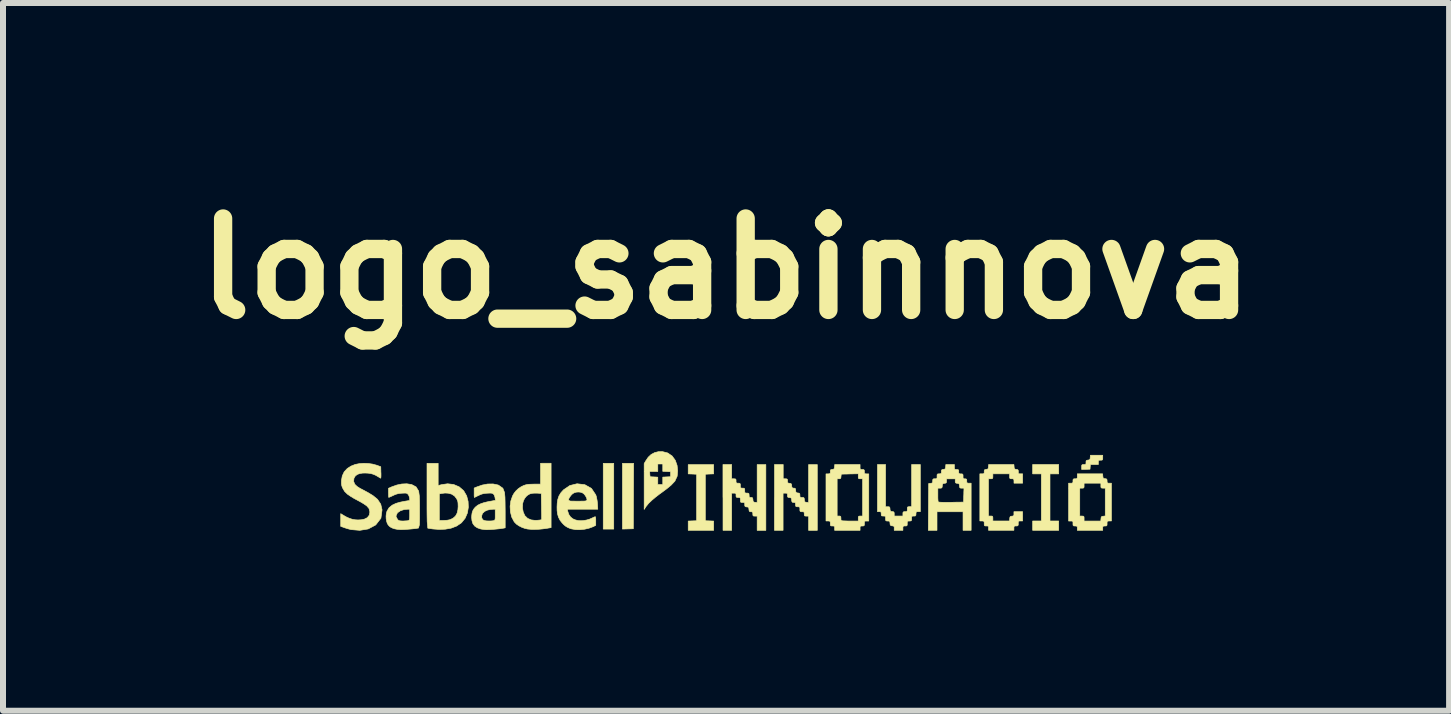
<source format=kicad_pcb>
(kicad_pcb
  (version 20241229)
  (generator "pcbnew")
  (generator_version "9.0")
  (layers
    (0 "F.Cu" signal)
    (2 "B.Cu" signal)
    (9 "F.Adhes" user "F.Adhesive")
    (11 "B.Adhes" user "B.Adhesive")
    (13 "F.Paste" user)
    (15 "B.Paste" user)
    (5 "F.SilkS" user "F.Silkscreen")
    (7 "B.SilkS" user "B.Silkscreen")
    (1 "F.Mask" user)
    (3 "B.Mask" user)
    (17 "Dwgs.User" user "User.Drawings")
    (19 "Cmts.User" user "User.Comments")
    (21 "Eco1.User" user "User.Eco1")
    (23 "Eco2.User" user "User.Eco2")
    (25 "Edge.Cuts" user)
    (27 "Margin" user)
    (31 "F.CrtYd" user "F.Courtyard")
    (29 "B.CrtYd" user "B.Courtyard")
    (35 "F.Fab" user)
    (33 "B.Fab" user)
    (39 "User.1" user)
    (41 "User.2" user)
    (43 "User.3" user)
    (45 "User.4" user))
  (footprint "logo_sabinnova"
    (layer "F.Cu")
    (at 9.05 5.132)
    (property "Reference" "logo_sabinnova" (at 0 -3.706 0) (layer "F.SilkS") (effects (font (size 1.524 1.524) (thickness 0.305))))
    (attr smd)
    (fp_poly (pts (xy -2.047 0.087) (xy -2.047 -0.023) (xy -2.047 -0.132) (xy -2.047 -0.242) (xy -2.047 -0.352) (xy -2.047 -0.461) (xy -2.03 -0.461) (xy -2.012 -0.461) (xy -1.995 -0.461) (xy -1.977 -0.461) (xy -1.96 -0.461) (xy -1.942 -0.461) (xy -1.924 -0.461) (xy -1.907 -0.461) (xy -1.889 -0.461) (xy -1.872 -0.461) (xy -1.872 -0.352) (xy -1.872 -0.242) (xy -1.872 -0.132) (xy -1.872 -0.023) (xy -1.872 0.087) (xy -1.872 0.196) (xy -1.872 0.306) (xy -1.872 0.416) (xy -1.872 0.525) (xy -1.872 0.635) (xy -1.889 0.635) (xy -1.907 0.635) (xy -1.924 0.635) (xy -1.942 0.635) (xy -1.96 0.635) (xy -1.977 0.635) (xy -1.995 0.635) (xy -2.012 0.635) (xy -2.03 0.635) (xy -2.047 0.635) (xy -2.047 0.525) (xy -2.047 0.416) (xy -2.047 0.306) (xy -2.047 0.196) (xy -2.047 0.087)) (stroke (width 0.01) (type solid)) (fill yes) (layer "F.SilkS"))
    (fp_poly (pts (xy -1.727 0.087) (xy -1.727 -0.022) (xy -1.727 -0.132) (xy -1.727 -0.242) (xy -1.727 -0.352) (xy -1.727 -0.461) (xy -1.708 -0.461) (xy -1.69 -0.461) (xy -1.671 -0.461) (xy -1.652 -0.461) (xy -1.634 -0.461) (xy -1.615 -0.461) (xy -1.596 -0.461) (xy -1.578 -0.461) (xy -1.559 -0.461) (xy -1.541 -0.461) (xy -1.541 -0.352) (xy -1.542 -0.243) (xy -1.542 -0.134) (xy -1.543 -0.025) (xy -1.543 0.084) (xy -1.544 0.193) (xy -1.544 0.302) (xy -1.545 0.411) (xy -1.545 0.521) (xy -1.546 0.63) (xy -1.564 0.63) (xy -1.582 0.631) (xy -1.6 0.631) (xy -1.618 0.632) (xy -1.636 0.632) (xy -1.654 0.633) (xy -1.673 0.633) (xy -1.691 0.634) (xy -1.709 0.634) (xy -1.727 0.635) (xy -1.727 0.525) (xy -1.727 0.416) (xy -1.727 0.306) (xy -1.727 0.196) (xy -1.727 0.087) (xy -1.727 0.087) (xy -1.727 0.087)) (stroke (width 0.01) (type solid)) (fill yes) (layer "F.SilkS"))
    (fp_poly (pts (xy 5.926 -0.399) (xy 5.926 -0.413) (xy 5.927 -0.427) (xy 5.934 -0.438) (xy 5.948 -0.44) (xy 5.962 -0.441) (xy 5.974 -0.441) (xy 5.987 -0.443) (xy 5.996 -0.451) (xy 5.998 -0.463) (xy 5.998 -0.476) (xy 5.998 -0.488) (xy 6 -0.501) (xy 6.008 -0.51) (xy 6.019 -0.513) (xy 6.032 -0.515) (xy 6.045 -0.517) (xy 6.057 -0.521) (xy 6.065 -0.531) (xy 6.067 -0.544) (xy 6.068 -0.557) (xy 6.069 -0.565) (xy 6.07 -0.573) (xy 6.07 -0.58) (xy 6.071 -0.588) (xy 6.071 -0.596) (xy 6.092 -0.596) (xy 6.113 -0.596) (xy 6.133 -0.596) (xy 6.154 -0.596) (xy 6.174 -0.596) (xy 6.195 -0.596) (xy 6.215 -0.596) (xy 6.236 -0.596) (xy 6.256 -0.596) (xy 6.277 -0.596) (xy 6.277 -0.587) (xy 6.277 -0.579) (xy 6.277 -0.571) (xy 6.277 -0.563) (xy 6.277 -0.554) (xy 6.277 -0.541) (xy 6.276 -0.527) (xy 6.268 -0.516) (xy 6.255 -0.513) (xy 6.241 -0.513) (xy 6.228 -0.513) (xy 6.215 -0.511) (xy 6.206 -0.502) (xy 6.205 -0.49) (xy 6.204 -0.477) (xy 6.204 -0.469) (xy 6.204 -0.462) (xy 6.204 -0.455) (xy 6.204 -0.448) (xy 6.204 -0.441) (xy 6.191 -0.441) (xy 6.178 -0.441) (xy 6.164 -0.441) (xy 6.151 -0.441) (xy 6.138 -0.441) (xy 6.124 -0.441) (xy 6.111 -0.441) (xy 6.098 -0.441) (xy 6.085 -0.441) (xy 6.071 -0.441) (xy 6.07 -0.433) (xy 6.07 -0.425) (xy 6.069 -0.417) (xy 6.069 -0.41) (xy 6.068 -0.402) (xy 6.067 -0.394) (xy 6.067 -0.386) (xy 6.066 -0.379) (xy 6.066 -0.371) (xy 6.065 -0.363) (xy 6.051 -0.362) (xy 6.038 -0.362) (xy 6.023 -0.361) (xy 6.01 -0.361) (xy 5.996 -0.36) (xy 5.982 -0.36) (xy 5.968 -0.359) (xy 5.954 -0.359) (xy 5.94 -0.358) (xy 5.926 -0.358) (xy 5.926 -0.366) (xy 5.926 -0.374) (xy 5.926 -0.383) (xy 5.926 -0.391) (xy 5.926 -0.399) (xy 5.926 -0.399)) (stroke (width 0.01) (type solid)) (fill yes) (layer "F.SilkS"))
    (fp_poly (pts (xy -4.984 -0.461) (xy -4.779 0.491) (xy -4.779 0.446) (xy -4.779 0.402) (xy -4.779 0.358) (xy -4.779 0.314) (xy -4.779 0.269) (xy -4.779 0.225) (xy -4.779 0.181) (xy -4.779 0.137) (xy -4.779 0.093) (xy -4.779 0.048) (xy -4.773 0.047) (xy -4.766 0.046) (xy -4.76 0.045) (xy -4.754 0.044) (xy -4.747 0.042) (xy -4.689 0.035) (xy -4.689 0.034) (xy -4.631 0.037) (xy -4.575 0.052) (xy -4.526 0.083) (xy -4.49 0.129) (xy -4.479 0.153) (xy -4.47 0.178) (xy -4.467 0.204) (xy -4.466 0.231) (xy -4.465 0.257) (xy -4.469 0.314) (xy -4.482 0.369) (xy -4.509 0.418) (xy -4.551 0.455) (xy -4.603 0.479) (xy -4.623 0.483) (xy -4.645 0.487) (xy -4.666 0.489) (xy -4.687 0.49) (xy -4.708 0.491) (xy -4.723 0.491) (xy -4.737 0.491) (xy -4.751 0.491) (xy -4.765 0.491) (xy -4.779 0.491) (xy -4.984 -0.461) (xy -4.984 -0.354) (xy -4.984 -0.246) (xy -4.984 -0.138) (xy -4.984 -0.031) (xy -4.984 0.077) (xy -4.984 0.186) (xy -4.984 0.294) (xy -4.983 0.403) (xy -4.981 0.512) (xy -4.971 0.62) (xy -4.952 0.623) (xy -4.933 0.626) (xy -4.914 0.629) (xy -4.895 0.632) (xy -4.876 0.634) (xy -4.778 0.641) (xy -4.68 0.637) (xy -4.583 0.62) (xy -4.491 0.585) (xy -4.41 0.53) (xy -4.349 0.455) (xy -4.311 0.367) (xy -4.295 0.272) (xy -4.299 0.175) (xy -4.323 0.082) (xy -4.373 -0.004) (xy -4.448 -0.069) (xy -4.54 -0.108) (xy -4.64 -0.12) (xy -4.739 -0.106) (xy -4.75 -0.103) (xy -4.762 -0.1) (xy -4.774 -0.097) (xy -4.786 -0.094) (xy -4.798 -0.091) (xy -4.798 -0.128) (xy -4.798 -0.165) (xy -4.798 -0.202) (xy -4.798 -0.239) (xy -4.798 -0.276) (xy -4.798 -0.313) (xy -4.798 -0.35) (xy -4.798 -0.387) (xy -4.798 -0.424) (xy -4.798 -0.461) (xy -4.817 -0.461) (xy -4.835 -0.461) (xy -4.854 -0.461) (xy -4.873 -0.461) (xy -4.891 -0.461) (xy -4.91 -0.461) (xy -4.929 -0.461) (xy -4.947 -0.461) (xy -4.966 -0.461) (xy -4.984 -0.461)) (stroke (width 0.01) (type solid)) (fill yes) (layer "F.SilkS"))
    (fp_poly (pts (xy -6.246 0.644) (xy -6.268 0.639) (xy -6.291 0.633) (xy -6.313 0.627) (xy -6.335 0.62) (xy -6.357 0.613) (xy -6.37 0.608) (xy -6.383 0.603) (xy -6.396 0.599) (xy -6.409 0.594) (xy -6.422 0.59) (xy -6.422 0.569) (xy -6.422 0.547) (xy -6.422 0.526) (xy -6.422 0.505) (xy -6.422 0.484) (xy -6.422 0.463) (xy -6.422 0.441) (xy -6.422 0.42) (xy -6.422 0.399) (xy -6.422 0.378) (xy -6.41 0.385) (xy -6.399 0.392) (xy -6.387 0.399) (xy -6.375 0.406) (xy -6.364 0.413) (xy -6.321 0.437) (xy -6.277 0.456) (xy -6.231 0.471) (xy -6.183 0.48) (xy -6.134 0.483) (xy -6.08 0.48) (xy -6.027 0.469) (xy -5.979 0.445) (xy -5.946 0.403) (xy -5.936 0.35) (xy -5.95 0.293) (xy -5.989 0.248) (xy -6.038 0.214) (xy -6.089 0.184) (xy -6.142 0.155) (xy -6.2 0.124) (xy -6.256 0.09) (xy -6.31 0.053) (xy -6.357 0.007) (xy -6.39 -0.049) (xy -6.4 -0.074) (xy -6.407 -0.099) (xy -6.41 -0.125) (xy -6.41 -0.152) (xy -6.409 -0.178) (xy -6.396 -0.251) (xy -6.364 -0.319) (xy -6.313 -0.374) (xy -6.251 -0.414) (xy -6.181 -0.442) (xy -6.11 -0.456) (xy -6.037 -0.461) (xy -5.964 -0.458) (xy -5.892 -0.448) (xy -5.822 -0.429) (xy -5.808 -0.424) (xy -5.795 -0.419) (xy -5.782 -0.414) (xy -5.768 -0.409) (xy -5.755 -0.404) (xy -5.754 -0.385) (xy -5.754 -0.366) (xy -5.753 -0.347) (xy -5.753 -0.328) (xy -5.752 -0.308) (xy -5.751 -0.289) (xy -5.751 -0.27) (xy -5.751 -0.251) (xy -5.752 -0.232) (xy -5.755 -0.213) (xy -5.764 -0.217) (xy -5.773 -0.222) (xy -5.782 -0.227) (xy -5.79 -0.233) (xy -5.799 -0.238) (xy -5.838 -0.261) (xy -5.88 -0.279) (xy -5.923 -0.291) (xy -5.968 -0.297) (xy -6.013 -0.299) (xy -6.058 -0.298) (xy -6.101 -0.291) (xy -6.143 -0.277) (xy -6.178 -0.251) (xy -6.201 -0.213) (xy -6.207 -0.16) (xy -6.187 -0.111) (xy -6.148 -0.074) (xy -6.103 -0.045) (xy -6.055 -0.02) (xy -5.969 0.026) (xy -5.885 0.077) (xy -5.809 0.139) (xy -5.755 0.22) (xy -5.733 0.315) (xy -5.752 0.454) (xy -5.839 0.566) (xy -5.964 0.633) (xy -6.104 0.656) (xy -6.246 0.644) (xy -6.246 0.644) (xy -6.246 0.644)) (stroke (width 0.01) (type solid)) (fill yes) (layer "F.SilkS"))
    (fp_poly (pts (xy -3.092 -0.461) (xy -3.08 0.04) (xy -3.079 0.084) (xy -3.078 0.128) (xy -3.078 0.172) (xy -3.077 0.215) (xy -3.076 0.259) (xy -3.076 0.303) (xy -3.075 0.346) (xy -3.074 0.39) (xy -3.074 0.434) (xy -3.073 0.477) (xy -3.077 0.479) (xy -3.082 0.48) (xy -3.087 0.481) (xy -3.092 0.482) (xy -3.096 0.483) (xy -3.097 0.483) (xy -3.114 0.486) (xy -3.131 0.487) (xy -3.149 0.489) (xy -3.166 0.489) (xy -3.183 0.49) (xy -3.248 0.482) (xy -3.307 0.457) (xy -3.353 0.412) (xy -3.38 0.353) (xy -3.392 0.29) (xy -3.393 0.248) (xy -3.389 0.207) (xy -3.378 0.167) (xy -3.36 0.129) (xy -3.336 0.096) (xy -3.306 0.069) (xy -3.271 0.049) (xy -3.232 0.039) (xy -3.192 0.036) (xy -3.193 0.036) (xy -3.152 0.036) (xy -3.138 0.037) (xy -3.123 0.038) (xy -3.109 0.039) (xy -3.094 0.04) (xy -3.08 0.04) (xy -3.092 -0.461) (xy -3.092 -0.426) (xy -3.092 -0.392) (xy -3.092 -0.357) (xy -3.092 -0.322) (xy -3.092 -0.288) (xy -3.092 -0.253) (xy -3.092 -0.218) (xy -3.092 -0.183) (xy -3.092 -0.149) (xy -3.092 -0.114) (xy -3.114 -0.114) (xy -3.136 -0.114) (xy -3.158 -0.114) (xy -3.181 -0.114) (xy -3.203 -0.114) (xy -3.238 -0.113) (xy -3.272 -0.112) (xy -3.306 -0.109) (xy -3.34 -0.102) (xy -3.373 -0.091) (xy -3.419 -0.068) (xy -3.463 -0.038) (xy -3.501 -0.002) (xy -3.533 0.038) (xy -3.559 0.084) (xy -3.588 0.169) (xy -3.599 0.258) (xy -3.594 0.348) (xy -3.572 0.436) (xy -3.53 0.515) (xy -3.494 0.552) (xy -3.452 0.581) (xy -3.407 0.604) (xy -3.359 0.622) (xy -3.309 0.634) (xy -3.245 0.64) (xy -3.181 0.64) (xy -3.117 0.638) (xy -3.054 0.632) (xy -2.99 0.623) (xy -2.975 0.621) (xy -2.961 0.618) (xy -2.946 0.616) (xy -2.931 0.613) (xy -2.916 0.611) (xy -2.916 0.503) (xy -2.916 0.396) (xy -2.916 0.289) (xy -2.916 0.182) (xy -2.916 0.075) (xy -2.916 -0.033) (xy -2.916 -0.14) (xy -2.916 -0.247) (xy -2.916 -0.355) (xy -2.916 -0.462) (xy -2.934 -0.462) (xy -2.951 -0.462) (xy -2.969 -0.462) (xy -2.986 -0.462) (xy -3.004 -0.462) (xy -3.022 -0.462) (xy -3.039 -0.462) (xy -3.057 -0.462) (xy -3.074 -0.462) (xy -3.092 -0.461)) (stroke (width 0.01) (type solid)) (fill yes) (layer "F.SilkS"))
    (fp_poly (pts (xy -2.481 -0.121) (xy -2.605 -0.09) (xy -2.427 0.02) (xy -2.396 0.03) (xy -2.371 0.047) (xy -2.351 0.07) (xy -2.335 0.095) (xy -2.322 0.123) (xy -2.317 0.152) (xy -2.342 0.167) (xy -2.374 0.169) (xy -2.407 0.169) (xy -2.439 0.17) (xy -2.472 0.17) (xy -2.504 0.17) (xy -2.537 0.169) (xy -2.57 0.169) (xy -2.603 0.167) (xy -2.627 0.15) (xy -2.619 0.125) (xy -2.606 0.102) (xy -2.59 0.08) (xy -2.573 0.06) (xy -2.553 0.043) (xy -2.524 0.027) (xy -2.492 0.019) (xy -2.46 0.017) (xy -2.46 0.017) (xy -2.427 0.02) (xy -2.605 -0.09) (xy -2.71 -0.018) (xy -2.752 0.029) (xy -2.785 0.083) (xy -2.805 0.143) (xy -2.814 0.205) (xy -2.817 0.268) (xy -2.816 0.325) (xy -2.809 0.382) (xy -2.793 0.437) (xy -2.767 0.488) (xy -2.731 0.534) (xy -2.706 0.56) (xy -2.678 0.584) (xy -2.648 0.603) (xy -2.614 0.619) (xy -2.58 0.631) (xy -2.506 0.644) (xy -2.431 0.645) (xy -2.356 0.637) (xy -2.283 0.62) (xy -2.213 0.594) (xy -2.204 0.589) (xy -2.196 0.585) (xy -2.188 0.581) (xy -2.18 0.577) (xy -2.172 0.572) (xy -2.172 0.558) (xy -2.172 0.544) (xy -2.172 0.529) (xy -2.172 0.515) (xy -2.172 0.5) (xy -2.172 0.485) (xy -2.172 0.471) (xy -2.173 0.456) (xy -2.175 0.442) (xy -2.179 0.428) (xy -2.191 0.432) (xy -2.203 0.437) (xy -2.215 0.443) (xy -2.227 0.448) (xy -2.239 0.454) (xy -2.281 0.472) (xy -2.325 0.484) (xy -2.37 0.492) (xy -2.416 0.496) (xy -2.461 0.494) (xy -2.509 0.483) (xy -2.554 0.464) (xy -2.592 0.433) (xy -2.62 0.393) (xy -2.636 0.347) (xy -2.638 0.338) (xy -2.64 0.33) (xy -2.642 0.321) (xy -2.644 0.313) (xy -2.646 0.304) (xy -2.595 0.304) (xy -2.544 0.304) (xy -2.493 0.304) (xy -2.443 0.304) (xy -2.392 0.304) (xy -2.341 0.304) (xy -2.29 0.304) (xy -2.239 0.304) (xy -2.189 0.304) (xy -2.138 0.304) (xy -2.139 0.286) (xy -2.14 0.268) (xy -2.141 0.25) (xy -2.142 0.232) (xy -2.143 0.214) (xy -2.146 0.183) (xy -2.15 0.153) (xy -2.156 0.123) (xy -2.162 0.093) (xy -2.172 0.064) (xy -2.243 -0.042) (xy -2.354 -0.105) (xy -2.481 -0.12) (xy -2.481 -0.121)) (stroke (width 0.01) (type solid)) (fill yes) (layer "F.SilkS"))
    (fp_poly (pts (xy -5.322 -0.12) (xy -5.406 -0.116) (xy -5.487 -0.099) (xy -5.566 -0.071) (xy -5.578 -0.066) (xy -5.59 -0.061) (xy -5.602 -0.055) (xy -5.614 -0.05) (xy -5.626 -0.045) (xy -5.626 -0.029) (xy -5.626 -0.014) (xy -5.626 0.001) (xy -5.626 0.016) (xy -5.626 0.031) (xy -5.625 0.047) (xy -5.625 0.062) (xy -5.625 0.077) (xy -5.624 0.093) (xy -5.621 0.108) (xy -5.606 0.101) (xy -5.591 0.095) (xy -5.576 0.088) (xy -5.561 0.081) (xy -5.546 0.074) (xy -5.518 0.061) (xy -5.489 0.051) (xy -5.459 0.043) (xy -5.428 0.039) (xy -5.397 0.037) (xy -5.375 0.036) (xy -5.353 0.035) (xy -5.331 0.036) (xy -5.311 0.045) (xy -5.296 0.061) (xy -5.286 0.079) (xy -5.279 0.099) (xy -5.274 0.12) (xy -5.272 0.14) (xy -5.304 0.304) (xy -5.298 0.304) (xy -5.291 0.304) (xy -5.286 0.304) (xy -5.28 0.304) (xy -5.273 0.304) (xy -5.273 0.322) (xy -5.273 0.341) (xy -5.273 0.359) (xy -5.273 0.377) (xy -5.273 0.396) (xy -5.273 0.418) (xy -5.274 0.439) (xy -5.275 0.461) (xy -5.279 0.482) (xy -5.296 0.494) (xy -5.296 0.494) (xy -5.314 0.497) (xy -5.332 0.498) (xy -5.349 0.499) (xy -5.367 0.5) (xy -5.385 0.501) (xy -5.404 0.5) (xy -5.424 0.499) (xy -5.443 0.496) (xy -5.461 0.488) (xy -5.475 0.475) (xy -5.502 0.42) (xy -5.477 0.364) (xy -5.426 0.329) (xy -5.366 0.31) (xy -5.304 0.304) (xy -5.304 0.304) (xy -5.272 0.14) (xy -5.277 0.159) (xy -5.296 0.162) (xy -5.315 0.165) (xy -5.333 0.168) (xy -5.352 0.171) (xy -5.37 0.174) (xy -5.437 0.188) (xy -5.502 0.207) (xy -5.563 0.236) (xy -5.616 0.279) (xy -5.651 0.337) (xy -5.662 0.376) (xy -5.666 0.417) (xy -5.665 0.459) (xy -5.659 0.499) (xy -5.647 0.538) (xy -5.631 0.566) (xy -5.609 0.59) (xy -5.583 0.608) (xy -5.554 0.621) (xy -5.523 0.631) (xy -5.502 0.635) (xy -5.481 0.639) (xy -5.46 0.641) (xy -5.438 0.643) (xy -5.417 0.644) (xy -5.358 0.642) (xy -5.3 0.638) (xy -5.242 0.633) (xy -5.184 0.627) (xy -5.126 0.618) (xy -5.111 0.565) (xy -5.109 0.507) (xy -5.108 0.449) (xy -5.108 0.392) (xy -5.108 0.334) (xy -5.108 0.25) (xy -5.109 0.167) (xy -5.112 0.084) (xy -5.123 0.002) (xy -5.166 -0.068) (xy -5.239 -0.107) (xy -5.321 -0.12) (xy -5.322 -0.12)) (stroke (width 0.01) (type solid)) (fill yes) (layer "F.SilkS"))
    (fp_poly (pts (xy 5.109 0.578) (xy 5.109 0.563) (xy 5.109 0.547) (xy 5.109 0.532) (xy 5.109 0.516) (xy 5.109 0.5) (xy 5.123 0.5) (xy 5.138 0.5) (xy 5.152 0.5) (xy 5.167 0.5) (xy 5.181 0.5) (xy 5.196 0.5) (xy 5.21 0.5) (xy 5.225 0.5) (xy 5.239 0.5) (xy 5.254 0.5) (xy 5.254 0.422) (xy 5.254 0.343) (xy 5.254 0.265) (xy 5.254 0.186) (xy 5.254 0.108) (xy 5.254 0.029) (xy 5.254 -0.05) (xy 5.254 -0.128) (xy 5.254 -0.207) (xy 5.254 -0.285) (xy 5.239 -0.285) (xy 5.225 -0.285) (xy 5.21 -0.285) (xy 5.196 -0.285) (xy 5.181 -0.285) (xy 5.167 -0.285) (xy 5.152 -0.285) (xy 5.138 -0.285) (xy 5.123 -0.285) (xy 5.109 -0.285) (xy 5.109 -0.301) (xy 5.109 -0.316) (xy 5.109 -0.332) (xy 5.109 -0.347) (xy 5.109 -0.363) (xy 5.109 -0.379) (xy 5.109 -0.394) (xy 5.109 -0.41) (xy 5.109 -0.425) (xy 5.109 -0.441) (xy 5.152 -0.441) (xy 5.196 -0.441) (xy 5.239 -0.441) (xy 5.282 -0.441) (xy 5.326 -0.441) (xy 5.369 -0.441) (xy 5.413 -0.441) (xy 5.456 -0.441) (xy 5.499 -0.441) (xy 5.543 -0.441) (xy 5.543 -0.425) (xy 5.543 -0.41) (xy 5.543 -0.394) (xy 5.543 -0.379) (xy 5.543 -0.363) (xy 5.543 -0.347) (xy 5.543 -0.332) (xy 5.543 -0.316) (xy 5.543 -0.301) (xy 5.543 -0.285) (xy 5.529 -0.285) (xy 5.514 -0.285) (xy 5.5 -0.285) (xy 5.485 -0.285) (xy 5.471 -0.285) (xy 5.456 -0.285) (xy 5.442 -0.285) (xy 5.427 -0.285) (xy 5.413 -0.285) (xy 5.398 -0.285) (xy 5.398 -0.207) (xy 5.398 -0.128) (xy 5.398 -0.05) (xy 5.398 0.029) (xy 5.398 0.108) (xy 5.398 0.186) (xy 5.398 0.265) (xy 5.398 0.343) (xy 5.398 0.422) (xy 5.398 0.5) (xy 5.413 0.5) (xy 5.427 0.5) (xy 5.442 0.5) (xy 5.456 0.5) (xy 5.471 0.5) (xy 5.485 0.5) (xy 5.5 0.5) (xy 5.514 0.5) (xy 5.529 0.5) (xy 5.543 0.5) (xy 5.543 0.516) (xy 5.543 0.531) (xy 5.543 0.547) (xy 5.543 0.563) (xy 5.543 0.578) (xy 5.543 0.594) (xy 5.543 0.609) (xy 5.543 0.625) (xy 5.543 0.64) (xy 5.543 0.656) (xy 5.5 0.656) (xy 5.456 0.656) (xy 5.413 0.656) (xy 5.37 0.656) (xy 5.326 0.656) (xy 5.282 0.656) (xy 5.239 0.656) (xy 5.196 0.656) (xy 5.152 0.656) (xy 5.109 0.656) (xy 5.109 0.64) (xy 5.109 0.625) (xy 5.109 0.609) (xy 5.109 0.594) (xy 5.109 0.578)) (stroke (width 0.01) (type solid)) (fill yes) (layer "F.SilkS"))
    (fp_poly (pts (xy -0.631 0.579) (xy -0.631 0.563) (xy -0.631 0.548) (xy -0.631 0.532) (xy -0.631 0.517) (xy -0.631 0.501) (xy -0.617 0.501) (xy -0.603 0.5) (xy -0.589 0.5) (xy -0.575 0.499) (xy -0.561 0.499) (xy -0.547 0.498) (xy -0.533 0.498) (xy -0.519 0.497) (xy -0.505 0.497) (xy -0.491 0.496) (xy -0.491 0.419) (xy -0.491 0.341) (xy -0.491 0.264) (xy -0.491 0.186) (xy -0.491 0.108) (xy -0.491 0.031) (xy -0.491 -0.047) (xy -0.491 -0.124) (xy -0.491 -0.202) (xy -0.491 -0.279) (xy -0.505 -0.28) (xy -0.519 -0.28) (xy -0.533 -0.281) (xy -0.547 -0.282) (xy -0.561 -0.282) (xy -0.575 -0.283) (xy -0.589 -0.283) (xy -0.603 -0.284) (xy -0.617 -0.284) (xy -0.631 -0.285) (xy -0.631 -0.3) (xy -0.631 -0.315) (xy -0.631 -0.331) (xy -0.631 -0.346) (xy -0.631 -0.362) (xy -0.631 -0.377) (xy -0.631 -0.393) (xy -0.631 -0.408) (xy -0.631 -0.423) (xy -0.631 -0.439) (xy -0.588 -0.439) (xy -0.546 -0.439) (xy -0.504 -0.439) (xy -0.461 -0.439) (xy -0.419 -0.439) (xy -0.376 -0.439) (xy -0.334 -0.439) (xy -0.292 -0.439) (xy -0.249 -0.439) (xy -0.207 -0.439) (xy -0.207 -0.423) (xy -0.207 -0.408) (xy -0.207 -0.393) (xy -0.207 -0.377) (xy -0.207 -0.362) (xy -0.207 -0.346) (xy -0.207 -0.331) (xy -0.207 -0.316) (xy -0.207 -0.3) (xy -0.207 -0.285) (xy -0.221 -0.284) (xy -0.235 -0.284) (xy -0.249 -0.283) (xy -0.263 -0.283) (xy -0.276 -0.282) (xy -0.29 -0.282) (xy -0.304 -0.281) (xy -0.318 -0.28) (xy -0.332 -0.28) (xy -0.346 -0.279) (xy -0.346 -0.202) (xy -0.346 -0.124) (xy -0.346 -0.047) (xy -0.346 0.031) (xy -0.346 0.108) (xy -0.346 0.186) (xy -0.346 0.263) (xy -0.346 0.341) (xy -0.346 0.419) (xy -0.346 0.496) (xy -0.332 0.497) (xy -0.318 0.497) (xy -0.304 0.498) (xy -0.29 0.498) (xy -0.276 0.499) (xy -0.263 0.499) (xy -0.249 0.5) (xy -0.235 0.5) (xy -0.221 0.501) (xy -0.207 0.501) (xy -0.207 0.517) (xy -0.207 0.532) (xy -0.207 0.548) (xy -0.207 0.563) (xy -0.207 0.579) (xy -0.207 0.594) (xy -0.207 0.609) (xy -0.207 0.625) (xy -0.207 0.64) (xy -0.207 0.656) (xy -0.249 0.656) (xy -0.291 0.656) (xy -0.334 0.656) (xy -0.376 0.656) (xy -0.419 0.656) (xy -0.461 0.656) (xy -0.503 0.656) (xy -0.546 0.656) (xy -0.588 0.656) (xy -0.631 0.656) (xy -0.631 0.64) (xy -0.631 0.625) (xy -0.631 0.609) (xy -0.631 0.594) (xy -0.631 0.579) (xy -0.631 0.579)) (stroke (width 0.01) (type solid)) (fill yes) (layer "F.SilkS"))
    (fp_poly (pts (xy -3.882 -0.117) (xy -3.974 -0.116) (xy -4.063 -0.099) (xy -4.149 -0.069) (xy -4.159 -0.065) (xy -4.169 -0.061) (xy -4.179 -0.057) (xy -4.189 -0.053) (xy -4.198 -0.048) (xy -4.198 -0.033) (xy -4.198 -0.017) (xy -4.198 -0.001) (xy -4.198 0.014) (xy -4.198 0.03) (xy -4.198 0.045) (xy -4.198 0.061) (xy -4.198 0.077) (xy -4.197 0.092) (xy -4.195 0.108) (xy -4.181 0.102) (xy -4.167 0.095) (xy -4.153 0.088) (xy -4.139 0.081) (xy -4.125 0.075) (xy -4.097 0.061) (xy -4.068 0.051) (xy -4.038 0.043) (xy -4.007 0.039) (xy -3.976 0.037) (xy -3.955 0.036) (xy -3.933 0.035) (xy -3.912 0.036) (xy -3.891 0.041) (xy -3.874 0.054) (xy -3.866 0.065) (xy -3.861 0.077) (xy -3.856 0.089) (xy -3.852 0.102) (xy -3.85 0.116) (xy -3.849 0.124) (xy -3.847 0.132) (xy -3.846 0.14) (xy -3.845 0.148) (xy -3.844 0.156) (xy -3.877 0.304) (xy -3.871 0.304) (xy -3.865 0.304) (xy -3.859 0.304) (xy -3.853 0.304) (xy -3.847 0.304) (xy -3.847 0.322) (xy -3.847 0.341) (xy -3.847 0.359) (xy -3.847 0.378) (xy -3.847 0.396) (xy -3.847 0.418) (xy -3.847 0.44) (xy -3.848 0.461) (xy -3.853 0.482) (xy -3.87 0.494) (xy -3.87 0.494) (xy -3.888 0.497) (xy -3.907 0.499) (xy -3.925 0.5) (xy -3.943 0.5) (xy -3.961 0.5) (xy -3.993 0.499) (xy -4.025 0.494) (xy -4.053 0.48) (xy -4.07 0.453) (xy -4.075 0.422) (xy -4.06 0.375) (xy -4.023 0.34) (xy -3.977 0.319) (xy -3.928 0.308) (xy -3.878 0.304) (xy -3.877 0.304) (xy -3.844 0.156) (xy -3.863 0.16) (xy -3.882 0.163) (xy -3.901 0.167) (xy -3.92 0.17) (xy -3.939 0.173) (xy -3.991 0.184) (xy -4.042 0.197) (xy -4.091 0.214) (xy -4.138 0.237) (xy -4.179 0.27) (xy -4.203 0.299) (xy -4.222 0.332) (xy -4.233 0.368) (xy -4.238 0.405) (xy -4.24 0.443) (xy -4.235 0.494) (xy -4.22 0.543) (xy -4.19 0.584) (xy -4.147 0.613) (xy -4.098 0.631) (xy -4.098 0.631) (xy -4.076 0.636) (xy -4.054 0.639) (xy -4.033 0.642) (xy -4.011 0.644) (xy -3.988 0.645) (xy -3.931 0.643) (xy -3.874 0.639) (xy -3.818 0.634) (xy -3.761 0.628) (xy -3.704 0.619) (xy -3.7 0.618) (xy -3.695 0.617) (xy -3.69 0.616) (xy -3.686 0.615) (xy -3.681 0.614) (xy -3.681 0.559) (xy -3.681 0.503) (xy -3.681 0.448) (xy -3.681 0.393) (xy -3.681 0.338) (xy -3.682 0.26) (xy -3.683 0.182) (xy -3.685 0.103) (xy -3.692 0.026) (xy -3.72 -0.046) (xy -3.794 -0.098) (xy -3.882 -0.117) (xy -3.882 -0.117)) (stroke (width 0.01) (type solid)) (fill yes) (layer "F.SilkS"))
    (fp_poly (pts (xy -1.061 -0.656) (xy -1.137 -0.45) (xy -1.129 -0.45) (xy -1.121 -0.45) (xy -1.113 -0.45) (xy -1.104 -0.45) (xy -1.096 -0.45) (xy -1.088 -0.45) (xy -1.079 -0.45) (xy -1.071 -0.45) (xy -1.063 -0.45) (xy -1.055 -0.45) (xy -1.055 -0.438) (xy -1.055 -0.426) (xy -1.055 -0.413) (xy -1.055 -0.401) (xy -1.055 -0.389) (xy -1.055 -0.376) (xy -1.055 -0.364) (xy -1.055 -0.352) (xy -1.055 -0.339) (xy -1.055 -0.327) (xy -1.042 -0.326) (xy -1.029 -0.326) (xy -1.016 -0.325) (xy -1.003 -0.324) (xy -0.99 -0.324) (xy -0.977 -0.323) (xy -0.964 -0.322) (xy -0.951 -0.322) (xy -0.938 -0.321) (xy -0.925 -0.32) (xy -0.925 -0.312) (xy -0.925 -0.304) (xy -0.925 -0.296) (xy -0.925 -0.287) (xy -0.925 -0.279) (xy -0.925 -0.271) (xy -0.925 -0.263) (xy -0.925 -0.254) (xy -0.925 -0.246) (xy -0.925 -0.238) (xy -0.938 -0.237) (xy -0.951 -0.236) (xy -0.964 -0.236) (xy -0.977 -0.235) (xy -0.99 -0.234) (xy -1.003 -0.234) (xy -1.016 -0.233) (xy -1.029 -0.232) (xy -1.042 -0.232) (xy -1.055 -0.231) (xy -1.055 -0.219) (xy -1.055 -0.206) (xy -1.055 -0.194) (xy -1.055 -0.182) (xy -1.055 -0.169) (xy -1.055 -0.169) (xy -1.055 -0.157) (xy -1.055 -0.144) (xy -1.055 -0.132) (xy -1.055 -0.12) (xy -1.055 -0.107) (xy -1.063 -0.107) (xy -1.072 -0.107) (xy -1.08 -0.107) (xy -1.088 -0.107) (xy -1.096 -0.107) (xy -1.105 -0.107) (xy -1.113 -0.107) (xy -1.121 -0.107) (xy -1.129 -0.107) (xy -1.138 -0.107) (xy -1.138 -0.12) (xy -1.138 -0.132) (xy -1.138 -0.144) (xy -1.138 -0.157) (xy -1.138 -0.169) (xy -1.138 -0.181) (xy -1.138 -0.194) (xy -1.138 -0.206) (xy -1.138 -0.218) (xy -1.138 -0.23) (xy -1.151 -0.231) (xy -1.163 -0.232) (xy -1.177 -0.233) (xy -1.189 -0.233) (xy -1.202 -0.234) (xy -1.215 -0.235) (xy -1.228 -0.235) (xy -1.241 -0.236) (xy -1.254 -0.237) (xy -1.267 -0.237) (xy -1.268 -0.246) (xy -1.268 -0.255) (xy -1.269 -0.264) (xy -1.27 -0.272) (xy -1.271 -0.281) (xy -1.271 -0.29) (xy -1.272 -0.299) (xy -1.272 -0.307) (xy -1.273 -0.316) (xy -1.274 -0.325) (xy -1.261 -0.325) (xy -1.247 -0.325) (xy -1.233 -0.325) (xy -1.22 -0.325) (xy -1.206 -0.325) (xy -1.193 -0.325) (xy -1.179 -0.325) (xy -1.165 -0.325) (xy -1.152 -0.325) (xy -1.138 -0.325) (xy -1.138 -0.338) (xy -1.138 -0.35) (xy -1.138 -0.362) (xy -1.138 -0.375) (xy -1.138 -0.387) (xy -1.138 -0.4) (xy -1.138 -0.412) (xy -1.138 -0.425) (xy -1.138 -0.437) (xy -1.137 -0.45) (xy -1.061 -0.656) (xy -1.127 -0.655) (xy -1.191 -0.639) (xy -1.249 -0.608) (xy -1.297 -0.563) (xy -1.334 -0.509) (xy -1.34 -0.499) (xy -1.346 -0.488) (xy -1.353 -0.477) (xy -1.359 -0.467) (xy -1.365 -0.456) (xy -1.365 -0.38) (xy -1.365 -0.303) (xy -1.365 -0.227) (xy -1.365 -0.15) (xy -1.365 -0.074) (xy -1.365 -0.074) (xy -1.365 0.002) (xy -1.365 0.079) (xy -1.365 0.155) (xy -1.365 0.232) (xy -1.365 0.308) (xy -1.359 0.299) (xy -1.353 0.289) (xy -1.347 0.28) (xy -1.341 0.271) (xy -1.336 0.262) (xy -1.289 0.204) (xy -1.234 0.152) (xy -1.177 0.104) (xy -1.118 0.058) (xy -1.057 0.014) (xy -0.985 -0.04) (xy -0.915 -0.098) (xy -0.853 -0.164) (xy -0.815 -0.246) (xy -0.807 -0.336) (xy -0.816 -0.425) (xy -0.846 -0.51) (xy -0.899 -0.583) (xy -0.974 -0.634) (xy -1.061 -0.656) (xy -1.061 -0.656)) (stroke (width 0.01) (type solid)) (fill yes) (layer "F.SilkS"))
    (fp_poly (pts (xy -0.052 0.108) (xy -0.052 -0.002) (xy -0.052 -0.112) (xy -0.052 -0.221) (xy -0.052 -0.331) (xy -0.052 -0.441) (xy -0.037 -0.441) (xy -0.023 -0.441) (xy -0.008 -0.441) (xy 0.006 -0.441) (xy 0.021 -0.441) (xy 0.035 -0.441) (xy 0.05 -0.441) (xy 0.064 -0.441) (xy 0.079 -0.441) (xy 0.093 -0.441) (xy 0.093 -0.417) (xy 0.093 -0.393) (xy 0.093 -0.369) (xy 0.093 -0.345) (xy 0.093 -0.322) (xy 0.093 -0.298) (xy 0.093 -0.274) (xy 0.093 -0.25) (xy 0.093 -0.226) (xy 0.093 -0.203) (xy 0.101 -0.203) (xy 0.108 -0.203) (xy 0.115 -0.203) (xy 0.122 -0.203) (xy 0.129 -0.203) (xy 0.142 -0.202) (xy 0.155 -0.201) (xy 0.164 -0.192) (xy 0.166 -0.179) (xy 0.166 -0.166) (xy 0.166 -0.153) (xy 0.168 -0.141) (xy 0.177 -0.132) (xy 0.189 -0.13) (xy 0.202 -0.13) (xy 0.216 -0.13) (xy 0.229 -0.127) (xy 0.237 -0.116) (xy 0.238 -0.103) (xy 0.238 -0.089) (xy 0.238 -0.075) (xy 0.24 -0.061) (xy 0.247 -0.05) (xy 0.261 -0.048) (xy 0.275 -0.047) (xy 0.288 -0.047) (xy 0.302 -0.045) (xy 0.309 -0.034) (xy 0.311 -0.02) (xy 0.311 -0.006) (xy 0.311 0.008) (xy 0.312 0.022) (xy 0.32 0.033) (xy 0.333 0.035) (xy 0.347 0.035) (xy 0.36 0.036) (xy 0.373 0.038) (xy 0.381 0.046) (xy 0.383 0.059) (xy 0.384 0.072) (xy 0.384 0.083) (xy 0.385 0.095) (xy 0.391 0.105) (xy 0.402 0.108) (xy 0.414 0.108) (xy 0.426 0.108) (xy 0.438 0.112) (xy 0.444 0.122) (xy 0.446 0.134) (xy 0.448 0.147) (xy 0.449 0.16) (xy 0.452 0.173) (xy 0.459 0.183) (xy 0.472 0.187) (xy 0.485 0.189) (xy 0.491 0.189) (xy 0.498 0.19) (xy 0.505 0.191) (xy 0.511 0.192) (xy 0.518 0.193) (xy 0.518 0.129) (xy 0.518 0.066) (xy 0.518 0.003) (xy 0.518 -0.06) (xy 0.518 -0.123) (xy 0.518 -0.187) (xy 0.518 -0.25) (xy 0.518 -0.313) (xy 0.518 -0.376) (xy 0.518 -0.44) (xy 0.533 -0.44) (xy 0.547 -0.44) (xy 0.562 -0.44) (xy 0.576 -0.44) (xy 0.591 -0.44) (xy 0.605 -0.44) (xy 0.619 -0.44) (xy 0.634 -0.44) (xy 0.648 -0.44) (xy 0.663 -0.44) (xy 0.663 -0.33) (xy 0.663 -0.22) (xy 0.663 -0.111) (xy 0.663 -0.001) (xy 0.663 0.109) (xy 0.663 0.218) (xy 0.663 0.328) (xy 0.663 0.437) (xy 0.663 0.547) (xy 0.663 0.657) (xy 0.648 0.657) (xy 0.634 0.657) (xy 0.62 0.657) (xy 0.605 0.657) (xy 0.591 0.657) (xy 0.576 0.657) (xy 0.562 0.657) (xy 0.547 0.657) (xy 0.533 0.657) (xy 0.518 0.657) (xy 0.518 0.633) (xy 0.518 0.609) (xy 0.518 0.585) (xy 0.518 0.561) (xy 0.518 0.538) (xy 0.518 0.514) (xy 0.518 0.49) (xy 0.518 0.466) (xy 0.518 0.443) (xy 0.518 0.419) (xy 0.511 0.419) (xy 0.504 0.419) (xy 0.497 0.419) (xy 0.489 0.419) (xy 0.482 0.419) (xy 0.469 0.418) (xy 0.456 0.417) (xy 0.448 0.408) (xy 0.446 0.395) (xy 0.446 0.382) (xy 0.445 0.371) (xy 0.444 0.359) (xy 0.438 0.35) (xy 0.427 0.347) (xy 0.415 0.346) (xy 0.403 0.346) (xy 0.391 0.342) (xy 0.385 0.332) (xy 0.383 0.32) (xy 0.381 0.308) (xy 0.38 0.294) (xy 0.377 0.282) (xy 0.37 0.271) (xy 0.358 0.267) (xy 0.345 0.266) (xy 0.332 0.264) (xy 0.321 0.261) (xy 0.313 0.251) (xy 0.311 0.239) (xy 0.311 0.227) (xy 0.311 0.214) (xy 0.309 0.201) (xy 0.3 0.193) (xy 0.287 0.191) (xy 0.275 0.191) (xy 0.261 0.191) (xy 0.247 0.189) (xy 0.24 0.178) (xy 0.239 0.164) (xy 0.239 0.15) (xy 0.238 0.136) (xy 0.237 0.122) (xy 0.23 0.111) (xy 0.216 0.109) (xy 0.202 0.108) (xy 0.189 0.108) (xy 0.177 0.106) (xy 0.168 0.098) (xy 0.166 0.085) (xy 0.166 0.072) (xy 0.166 0.059) (xy 0.164 0.047) (xy 0.155 0.038) (xy 0.142 0.036) (xy 0.13 0.036) (xy 0.122 0.036) (xy 0.115 0.036) (xy 0.108 0.036) (xy 0.101 0.036) (xy 0.093 0.036) (xy 0.093 0.098) (xy 0.093 0.16) (xy 0.093 0.222) (xy 0.093 0.284) (xy 0.093 0.346) (xy 0.093 0.408) (xy 0.093 0.47) (xy 0.093 0.532) (xy 0.093 0.594) (xy 0.093 0.656) (xy 0.079 0.656) (xy 0.065 0.656) (xy 0.05 0.656) (xy 0.036 0.656) (xy 0.021 0.656) (xy 0.007 0.656) (xy -0.008 0.656) (xy -0.022 0.656) (xy -0.037 0.656) (xy -0.051 0.656) (xy -0.051 0.547) (xy -0.051 0.437) (xy -0.051 0.327) (xy -0.051 0.218) (xy -0.051 0.108) (xy -0.052 0.108)) (stroke (width 0.01) (type solid)) (fill yes) (layer "F.SilkS"))
    (fp_poly (pts (xy 0.807 0.108) (xy 0.807 -0.002) (xy 0.807 -0.112) (xy 0.807 -0.221) (xy 0.807 -0.331) (xy 0.807 -0.441) (xy 0.821 -0.441) (xy 0.836 -0.441) (xy 0.85 -0.441) (xy 0.865 -0.441) (xy 0.879 -0.441) (xy 0.894 -0.441) (xy 0.908 -0.441) (xy 0.923 -0.441) (xy 0.937 -0.441) (xy 0.952 -0.441) (xy 0.952 -0.417) (xy 0.952 -0.393) (xy 0.952 -0.369) (xy 0.952 -0.345) (xy 0.952 -0.322) (xy 0.952 -0.298) (xy 0.952 -0.274) (xy 0.952 -0.25) (xy 0.952 -0.226) (xy 0.952 -0.203) (xy 0.959 -0.203) (xy 0.966 -0.203) (xy 0.973 -0.203) (xy 0.98 -0.203) (xy 0.988 -0.203) (xy 1 -0.202) (xy 1.013 -0.201) (xy 1.022 -0.192) (xy 1.024 -0.18) (xy 1.024 -0.167) (xy 1.024 -0.155) (xy 1.026 -0.143) (xy 1.033 -0.133) (xy 1.045 -0.13) (xy 1.058 -0.128) (xy 1.071 -0.127) (xy 1.083 -0.122) (xy 1.09 -0.112) (xy 1.093 -0.099) (xy 1.094 -0.086) (xy 1.095 -0.074) (xy 1.098 -0.062) (xy 1.104 -0.052) (xy 1.115 -0.048) (xy 1.127 -0.047) (xy 1.139 -0.047) (xy 1.151 -0.043) (xy 1.157 -0.033) (xy 1.159 -0.021) (xy 1.16 -0.009) (xy 1.161 0.004) (xy 1.164 0.017) (xy 1.172 0.028) (xy 1.184 0.032) (xy 1.197 0.033) (xy 1.209 0.035) (xy 1.221 0.038) (xy 1.228 0.048) (xy 1.23 0.06) (xy 1.23 0.072) (xy 1.231 0.085) (xy 1.232 0.097) (xy 1.241 0.106) (xy 1.253 0.108) (xy 1.266 0.108) (xy 1.279 0.108) (xy 1.292 0.11) (xy 1.301 0.12) (xy 1.303 0.133) (xy 1.305 0.147) (xy 1.306 0.16) (xy 1.309 0.172) (xy 1.316 0.183) (xy 1.329 0.187) (xy 1.342 0.189) (xy 1.348 0.189) (xy 1.355 0.19) (xy 1.362 0.191) (xy 1.368 0.192) (xy 1.375 0.192) (xy 1.375 0.129) (xy 1.375 0.066) (xy 1.375 0.003) (xy 1.375 -0.06) (xy 1.375 -0.124) (xy 1.375 -0.187) (xy 1.375 -0.25) (xy 1.375 -0.313) (xy 1.375 -0.376) (xy 1.375 -0.44) (xy 1.39 -0.44) (xy 1.404 -0.44) (xy 1.419 -0.44) (xy 1.433 -0.44) (xy 1.448 -0.44) (xy 1.462 -0.44) (xy 1.476 -0.44) (xy 1.491 -0.44) (xy 1.505 -0.44) (xy 1.52 -0.44) (xy 1.52 -0.33) (xy 1.52 -0.22) (xy 1.52 -0.111) (xy 1.52 -0.001) (xy 1.52 0.108) (xy 1.52 0.218) (xy 1.52 0.328) (xy 1.52 0.437) (xy 1.52 0.547) (xy 1.52 0.657) (xy 1.505 0.657) (xy 1.491 0.657) (xy 1.477 0.657) (xy 1.462 0.657) (xy 1.448 0.657) (xy 1.433 0.657) (xy 1.419 0.657) (xy 1.404 0.657) (xy 1.39 0.657) (xy 1.375 0.657) (xy 1.375 0.633) (xy 1.375 0.609) (xy 1.375 0.585) (xy 1.375 0.561) (xy 1.375 0.538) (xy 1.375 0.514) (xy 1.375 0.49) (xy 1.375 0.466) (xy 1.375 0.442) (xy 1.375 0.419) (xy 1.368 0.419) (xy 1.361 0.419) (xy 1.354 0.419) (xy 1.346 0.419) (xy 1.339 0.419) (xy 1.326 0.418) (xy 1.313 0.417) (xy 1.305 0.408) (xy 1.303 0.395) (xy 1.303 0.382) (xy 1.302 0.369) (xy 1.301 0.357) (xy 1.292 0.348) (xy 1.279 0.346) (xy 1.266 0.346) (xy 1.252 0.346) (xy 1.239 0.343) (xy 1.231 0.332) (xy 1.23 0.319) (xy 1.23 0.305) (xy 1.23 0.291) (xy 1.229 0.277) (xy 1.221 0.266) (xy 1.208 0.264) (xy 1.194 0.263) (xy 1.181 0.263) (xy 1.168 0.261) (xy 1.16 0.252) (xy 1.158 0.24) (xy 1.157 0.227) (xy 1.157 0.215) (xy 1.156 0.204) (xy 1.15 0.194) (xy 1.139 0.191) (xy 1.127 0.191) (xy 1.115 0.19) (xy 1.103 0.187) (xy 1.097 0.177) (xy 1.094 0.164) (xy 1.093 0.152) (xy 1.092 0.139) (xy 1.089 0.126) (xy 1.082 0.116) (xy 1.069 0.112) (xy 1.056 0.11) (xy 1.044 0.109) (xy 1.032 0.105) (xy 1.025 0.096) (xy 1.023 0.084) (xy 1.023 0.071) (xy 1.023 0.058) (xy 1.021 0.046) (xy 1.012 0.038) (xy 0.999 0.036) (xy 0.987 0.036) (xy 0.979 0.036) (xy 0.972 0.036) (xy 0.965 0.036) (xy 0.958 0.036) (xy 0.95 0.036) (xy 0.95 0.098) (xy 0.95 0.16) (xy 0.95 0.222) (xy 0.95 0.284) (xy 0.95 0.346) (xy 0.95 0.408) (xy 0.95 0.47) (xy 0.95 0.532) (xy 0.95 0.594) (xy 0.95 0.656) (xy 0.936 0.656) (xy 0.922 0.656) (xy 0.907 0.656) (xy 0.893 0.656) (xy 0.878 0.656) (xy 0.864 0.656) (xy 0.849 0.656) (xy 0.835 0.656) (xy 0.82 0.656) (xy 0.806 0.656) (xy 0.806 0.547) (xy 0.806 0.437) (xy 0.806 0.327) (xy 0.806 0.218) (xy 0.806 0.108) (xy 0.807 0.108)) (stroke (width 0.01) (type solid)) (fill yes) (layer "F.SilkS"))
    (fp_poly (pts (xy 2.803 0.62) (xy 2.802 0.608) (xy 2.801 0.596) (xy 2.793 0.586) (xy 2.781 0.583) (xy 2.769 0.581) (xy 2.756 0.58) (xy 2.744 0.575) (xy 2.736 0.565) (xy 2.733 0.552) (xy 2.732 0.539) (xy 2.731 0.526) (xy 2.728 0.513) (xy 2.72 0.503) (xy 2.707 0.501) (xy 2.693 0.501) (xy 2.68 0.5) (xy 2.666 0.498) (xy 2.659 0.487) (xy 2.658 0.473) (xy 2.658 0.459) (xy 2.658 0.445) (xy 2.656 0.431) (xy 2.649 0.42) (xy 2.635 0.418) (xy 2.622 0.418) (xy 2.609 0.417) (xy 2.596 0.416) (xy 2.587 0.407) (xy 2.586 0.394) (xy 2.585 0.381) (xy 2.585 0.37) (xy 2.584 0.358) (xy 2.577 0.348) (xy 2.566 0.346) (xy 2.554 0.345) (xy 2.548 0.345) (xy 2.542 0.345) (xy 2.536 0.345) (xy 2.529 0.345) (xy 2.523 0.345) (xy 2.523 0.267) (xy 2.523 0.188) (xy 2.523 0.11) (xy 2.523 0.031) (xy 2.523 -0.048) (xy 2.523 -0.126) (xy 2.523 -0.205) (xy 2.523 -0.283) (xy 2.523 -0.362) (xy 2.523 -0.441) (xy 2.537 -0.441) (xy 2.55 -0.441) (xy 2.564 -0.441) (xy 2.577 -0.441) (xy 2.59 -0.441) (xy 2.604 -0.441) (xy 2.617 -0.441) (xy 2.631 -0.441) (xy 2.644 -0.441) (xy 2.658 -0.441) (xy 2.658 -0.37) (xy 2.658 -0.3) (xy 2.658 -0.23) (xy 2.658 -0.159) (xy 2.658 -0.089) (xy 2.658 -0.019) (xy 2.658 0.052) (xy 2.658 0.122) (xy 2.658 0.192) (xy 2.658 0.263) (xy 2.665 0.263) (xy 2.672 0.263) (xy 2.679 0.263) (xy 2.686 0.263) (xy 2.693 0.263) (xy 2.707 0.263) (xy 2.72 0.265) (xy 2.728 0.275) (xy 2.731 0.288) (xy 2.732 0.301) (xy 2.733 0.314) (xy 2.736 0.327) (xy 2.744 0.338) (xy 2.756 0.342) (xy 2.769 0.343) (xy 2.781 0.345) (xy 2.793 0.348) (xy 2.8 0.358) (xy 2.802 0.37) (xy 2.802 0.382) (xy 2.802 0.389) (xy 2.802 0.396) (xy 2.802 0.403) (xy 2.802 0.411) (xy 2.802 0.418) (xy 2.817 0.418) (xy 2.831 0.418) (xy 2.846 0.418) (xy 2.86 0.418) (xy 2.875 0.418) (xy 2.889 0.418) (xy 2.904 0.418) (xy 2.918 0.418) (xy 2.933 0.418) (xy 2.947 0.418) (xy 2.947 0.41) (xy 2.947 0.403) (xy 2.947 0.396) (xy 2.947 0.389) (xy 2.947 0.382) (xy 2.947 0.369) (xy 2.949 0.356) (xy 2.958 0.347) (xy 2.971 0.345) (xy 2.984 0.345) (xy 2.997 0.345) (xy 3.011 0.343) (xy 3.018 0.332) (xy 3.02 0.318) (xy 3.02 0.304) (xy 3.02 0.29) (xy 3.021 0.276) (xy 3.029 0.265) (xy 3.042 0.263) (xy 3.056 0.262) (xy 3.063 0.262) (xy 3.071 0.262) (xy 3.078 0.262) (xy 3.085 0.262) (xy 3.092 0.262) (xy 3.092 0.192) (xy 3.092 0.122) (xy 3.092 0.052) (xy 3.092 -0.019) (xy 3.092 -0.089) (xy 3.092 -0.159) (xy 3.092 -0.23) (xy 3.092 -0.3) (xy 3.092 -0.37) (xy 3.092 -0.441) (xy 3.107 -0.441) (xy 3.121 -0.441) (xy 3.136 -0.441) (xy 3.15 -0.441) (xy 3.165 -0.441) (xy 3.179 -0.441) (xy 3.194 -0.441) (xy 3.208 -0.441) (xy 3.223 -0.441) (xy 3.237 -0.441) (xy 3.237 -0.362) (xy 3.237 -0.284) (xy 3.237 -0.205) (xy 3.237 -0.126) (xy 3.237 -0.048) (xy 3.237 0.031) (xy 3.237 0.109) (xy 3.237 0.188) (xy 3.237 0.267) (xy 3.237 0.345) (xy 3.23 0.345) (xy 3.223 0.345) (xy 3.215 0.345) (xy 3.208 0.345) (xy 3.201 0.345) (xy 3.188 0.345) (xy 3.175 0.347) (xy 3.167 0.356) (xy 3.165 0.369) (xy 3.165 0.381) (xy 3.164 0.394) (xy 3.162 0.407) (xy 3.154 0.416) (xy 3.141 0.418) (xy 3.128 0.418) (xy 3.114 0.418) (xy 3.101 0.42) (xy 3.093 0.431) (xy 3.092 0.445) (xy 3.092 0.459) (xy 3.092 0.473) (xy 3.091 0.487) (xy 3.083 0.498) (xy 3.07 0.5) (xy 3.056 0.501) (xy 3.042 0.501) (xy 3.028 0.503) (xy 3.021 0.514) (xy 3.019 0.528) (xy 3.019 0.542) (xy 3.019 0.556) (xy 3.018 0.57) (xy 3.01 0.581) (xy 2.997 0.583) (xy 2.983 0.583) (xy 2.97 0.583) (xy 2.958 0.585) (xy 2.949 0.594) (xy 2.947 0.607) (xy 2.947 0.62) (xy 2.947 0.627) (xy 2.947 0.634) (xy 2.947 0.641) (xy 2.947 0.648) (xy 2.947 0.656) (xy 2.932 0.656) (xy 2.918 0.656) (xy 2.903 0.656) (xy 2.889 0.656) (xy 2.874 0.656) (xy 2.86 0.656) (xy 2.846 0.656) (xy 2.831 0.656) (xy 2.816 0.656) (xy 2.802 0.656) (xy 2.802 0.649) (xy 2.802 0.641) (xy 2.802 0.634) (xy 2.802 0.627) (xy 2.802 0.62) (xy 2.803 0.62)) (stroke (width 0.01) (type solid)) (fill yes) (layer "F.SilkS"))
    (fp_poly (pts (xy 5.853 -0.286) (xy 5.967 -0.13) (xy 5.995 -0.13) (xy 6.023 -0.13) (xy 6.051 -0.13) (xy 6.079 -0.13) (xy 6.107 -0.13) (xy 6.134 -0.13) (xy 6.162 -0.13) (xy 6.19 -0.13) (xy 6.218 -0.13) (xy 6.246 -0.13) (xy 6.246 -0.122) (xy 6.246 -0.114) (xy 6.246 -0.106) (xy 6.246 -0.097) (xy 6.246 -0.089) (xy 6.246 -0.075) (xy 6.247 -0.061) (xy 6.255 -0.05) (xy 6.268 -0.048) (xy 6.282 -0.047) (xy 6.289 -0.047) (xy 6.297 -0.047) (xy 6.304 -0.047) (xy 6.311 -0.047) (xy 6.319 -0.047) (xy 6.319 -0.001) (xy 6.319 0.046) (xy 6.319 0.092) (xy 6.319 0.138) (xy 6.319 0.185) (xy 6.319 0.231) (xy 6.319 0.278) (xy 6.319 0.324) (xy 6.319 0.37) (xy 6.319 0.417) (xy 6.312 0.417) (xy 6.305 0.418) (xy 6.298 0.419) (xy 6.292 0.42) (xy 6.285 0.421) (xy 6.272 0.422) (xy 6.26 0.426) (xy 6.252 0.437) (xy 6.249 0.449) (xy 6.248 0.462) (xy 6.247 0.47) (xy 6.246 0.478) (xy 6.246 0.486) (xy 6.245 0.494) (xy 6.244 0.501) (xy 6.216 0.501) (xy 6.189 0.501) (xy 6.161 0.501) (xy 6.133 0.501) (xy 6.105 0.501) (xy 6.078 0.501) (xy 6.05 0.501) (xy 6.022 0.501) (xy 5.994 0.501) (xy 5.966 0.501) (xy 5.966 0.493) (xy 5.966 0.485) (xy 5.966 0.476) (xy 5.966 0.468) (xy 5.966 0.46) (xy 5.966 0.446) (xy 5.965 0.432) (xy 5.958 0.421) (xy 5.944 0.419) (xy 5.93 0.418) (xy 5.923 0.418) (xy 5.916 0.418) (xy 5.909 0.418) (xy 5.901 0.418) (xy 5.894 0.418) (xy 5.894 0.372) (xy 5.894 0.325) (xy 5.894 0.279) (xy 5.894 0.232) (xy 5.894 0.186) (xy 5.894 0.139) (xy 5.894 0.092) (xy 5.894 0.046) (xy 5.894 -0.000448) (xy 5.894 -0.047) (xy 5.901 -0.047) (xy 5.909 -0.047) (xy 5.916 -0.047) (xy 5.923 -0.047) (xy 5.93 -0.047) (xy 5.944 -0.047) (xy 5.958 -0.05) (xy 5.965 -0.061) (xy 5.966 -0.074) (xy 5.966 -0.088) (xy 5.966 -0.097) (xy 5.966 -0.105) (xy 5.966 -0.113) (xy 5.966 -0.121) (xy 5.967 -0.13) (xy 5.853 -0.286) (xy 5.853 -0.277) (xy 5.853 -0.269) (xy 5.853 -0.261) (xy 5.853 -0.253) (xy 5.853 -0.244) (xy 5.853 -0.23) (xy 5.852 -0.217) (xy 5.845 -0.206) (xy 5.831 -0.203) (xy 5.817 -0.203) (xy 5.804 -0.203) (xy 5.792 -0.201) (xy 5.783 -0.192) (xy 5.781 -0.179) (xy 5.781 -0.167) (xy 5.781 -0.154) (xy 5.779 -0.141) (xy 5.77 -0.132) (xy 5.758 -0.13) (xy 5.745 -0.13) (xy 5.738 -0.13) (xy 5.73 -0.13) (xy 5.723 -0.13) (xy 5.716 -0.13) (xy 5.708 -0.13) (xy 5.708 -0.067) (xy 5.708 -0.004) (xy 5.708 0.059) (xy 5.708 0.122) (xy 5.708 0.185) (xy 5.708 0.248) (xy 5.708 0.311) (xy 5.708 0.374) (xy 5.708 0.438) (xy 5.708 0.501) (xy 5.716 0.501) (xy 5.723 0.501) (xy 5.73 0.501) (xy 5.738 0.501) (xy 5.745 0.501) (xy 5.759 0.501) (xy 5.772 0.503) (xy 5.78 0.514) (xy 5.781 0.528) (xy 5.781 0.542) (xy 5.781 0.556) (xy 5.782 0.57) (xy 5.79 0.581) (xy 5.803 0.583) (xy 5.817 0.584) (xy 5.83 0.584) (xy 5.842 0.586) (xy 5.851 0.594) (xy 5.853 0.607) (xy 5.853 0.62) (xy 5.853 0.627) (xy 5.853 0.634) (xy 5.853 0.641) (xy 5.853 0.649) (xy 5.853 0.656) (xy 5.896 0.656) (xy 5.938 0.656) (xy 5.98 0.656) (xy 6.023 0.656) (xy 6.065 0.656) (xy 6.108 0.656) (xy 6.15 0.656) (xy 6.192 0.656) (xy 6.235 0.656) (xy 6.277 0.656) (xy 6.277 0.649) (xy 6.277 0.641) (xy 6.277 0.634) (xy 6.277 0.627) (xy 6.277 0.62) (xy 6.277 0.607) (xy 6.279 0.594) (xy 6.288 0.586) (xy 6.3 0.584) (xy 6.313 0.584) (xy 6.327 0.583) (xy 6.341 0.581) (xy 6.348 0.57) (xy 6.349 0.556) (xy 6.349 0.542) (xy 6.349 0.528) (xy 6.351 0.514) (xy 6.358 0.503) (xy 6.372 0.501) (xy 6.386 0.5) (xy 6.393 0.5) (xy 6.4 0.5) (xy 6.407 0.5) (xy 6.414 0.5) (xy 6.422 0.5) (xy 6.422 0.437) (xy 6.422 0.374) (xy 6.422 0.311) (xy 6.422 0.248) (xy 6.422 0.185) (xy 6.422 0.122) (xy 6.422 0.059) (xy 6.422 -0.004) (xy 6.422 -0.067) (xy 6.422 -0.13) (xy 6.414 -0.13) (xy 6.407 -0.13) (xy 6.4 -0.13) (xy 6.393 -0.13) (xy 6.386 -0.13) (xy 6.373 -0.13) (xy 6.36 -0.132) (xy 6.351 -0.141) (xy 6.35 -0.153) (xy 6.349 -0.166) (xy 6.349 -0.178) (xy 6.347 -0.19) (xy 6.34 -0.2) (xy 6.328 -0.203) (xy 6.316 -0.205) (xy 6.303 -0.206) (xy 6.29 -0.211) (xy 6.283 -0.221) (xy 6.28 -0.234) (xy 6.279 -0.247) (xy 6.278 -0.254) (xy 6.277 -0.262) (xy 6.277 -0.27) (xy 6.276 -0.278) (xy 6.275 -0.286) (xy 6.233 -0.286) (xy 6.191 -0.286) (xy 6.148 -0.286) (xy 6.106 -0.286) (xy 6.064 -0.286) (xy 6.021 -0.286) (xy 5.979 -0.286) (xy 5.937 -0.286) (xy 5.895 -0.286) (xy 5.853 -0.286)) (stroke (width 0.01) (type solid)) (fill yes) (layer "F.SilkS"))
    (fp_poly (pts (xy 1.811 -0.441) (xy 1.851 0.418) (xy 1.851 0.356) (xy 1.851 0.294) (xy 1.851 0.232) (xy 1.851 0.169) (xy 1.851 0.107) (xy 1.851 0.045) (xy 1.851 -0.017) (xy 1.851 -0.079) (xy 1.851 -0.141) (xy 1.851 -0.203) (xy 1.858 -0.203) (xy 1.864 -0.203) (xy 1.87 -0.203) (xy 1.876 -0.203) (xy 1.882 -0.203) (xy 1.894 -0.203) (xy 1.906 -0.207) (xy 1.912 -0.217) (xy 1.914 -0.229) (xy 1.915 -0.241) (xy 1.916 -0.249) (xy 1.917 -0.257) (xy 1.918 -0.265) (xy 1.918 -0.273) (xy 1.919 -0.28) (xy 1.947 -0.281) (xy 1.976 -0.282) (xy 2.004 -0.282) (xy 2.033 -0.283) (xy 2.061 -0.284) (xy 2.09 -0.284) (xy 2.118 -0.285) (xy 2.146 -0.286) (xy 2.175 -0.286) (xy 2.203 -0.287) (xy 2.203 -0.286) (xy 2.203 -0.278) (xy 2.203 -0.269) (xy 2.203 -0.261) (xy 2.203 -0.253) (xy 2.203 -0.245) (xy 2.203 -0.23) (xy 2.204 -0.217) (xy 2.212 -0.205) (xy 2.225 -0.203) (xy 2.239 -0.203) (xy 2.246 -0.203) (xy 2.253 -0.203) (xy 2.261 -0.203) (xy 2.268 -0.203) (xy 2.275 -0.203) (xy 2.275 -0.141) (xy 2.275 -0.079) (xy 2.275 -0.017) (xy 2.275 0.046) (xy 2.275 0.108) (xy 2.275 0.17) (xy 2.275 0.232) (xy 2.275 0.294) (xy 2.275 0.356) (xy 2.275 0.418) (xy 2.268 0.418) (xy 2.261 0.418) (xy 2.253 0.418) (xy 2.246 0.418) (xy 2.239 0.418) (xy 2.225 0.418) (xy 2.212 0.421) (xy 2.204 0.432) (xy 2.203 0.445) (xy 2.203 0.459) (xy 2.203 0.459) (xy 2.203 0.468) (xy 2.203 0.476) (xy 2.203 0.484) (xy 2.203 0.492) (xy 2.203 0.501) (xy 2.176 0.501) (xy 2.148 0.501) (xy 2.12 0.501) (xy 2.093 0.501) (xy 2.065 0.501) (xy 2.036 0.501) (xy 2.007 0.5) (xy 1.978 0.499) (xy 1.949 0.498) (xy 1.92 0.494) (xy 1.917 0.486) (xy 1.915 0.478) (xy 1.914 0.469) (xy 1.914 0.461) (xy 1.914 0.452) (xy 1.913 0.441) (xy 1.912 0.43) (xy 1.905 0.421) (xy 1.894 0.418) (xy 1.882 0.418) (xy 1.876 0.418) (xy 1.87 0.418) (xy 1.864 0.418) (xy 1.858 0.418) (xy 1.851 0.418) (xy 1.811 -0.441) (xy 1.81 -0.433) (xy 1.81 -0.425) (xy 1.809 -0.417) (xy 1.808 -0.41) (xy 1.807 -0.402) (xy 1.806 -0.389) (xy 1.803 -0.376) (xy 1.796 -0.366) (xy 1.784 -0.362) (xy 1.771 -0.36) (xy 1.758 -0.358) (xy 1.746 -0.355) (xy 1.739 -0.345) (xy 1.737 -0.333) (xy 1.737 -0.321) (xy 1.737 -0.308) (xy 1.735 -0.296) (xy 1.726 -0.287) (xy 1.713 -0.286) (xy 1.701 -0.285) (xy 1.693 -0.285) (xy 1.686 -0.285) (xy 1.679 -0.285) (xy 1.672 -0.285) (xy 1.665 -0.285) (xy 1.665 -0.207) (xy 1.665 -0.128) (xy 1.665 -0.05) (xy 1.665 0.029) (xy 1.665 0.108) (xy 1.665 0.186) (xy 1.665 0.265) (xy 1.665 0.343) (xy 1.665 0.422) (xy 1.665 0.5) (xy 1.672 0.5) (xy 1.679 0.5) (xy 1.686 0.5) (xy 1.693 0.5) (xy 1.701 0.5) (xy 1.715 0.501) (xy 1.728 0.503) (xy 1.735 0.514) (xy 1.737 0.528) (xy 1.737 0.542) (xy 1.737 0.556) (xy 1.738 0.57) (xy 1.746 0.581) (xy 1.759 0.583) (xy 1.773 0.583) (xy 1.786 0.584) (xy 1.798 0.585) (xy 1.807 0.594) (xy 1.809 0.607) (xy 1.809 0.62) (xy 1.809 0.62) (xy 1.809 0.627) (xy 1.809 0.634) (xy 1.809 0.642) (xy 1.809 0.649) (xy 1.809 0.656) (xy 1.851 0.656) (xy 1.894 0.656) (xy 1.936 0.656) (xy 1.979 0.656) (xy 2.021 0.656) (xy 2.064 0.656) (xy 2.106 0.656) (xy 2.148 0.656) (xy 2.191 0.656) (xy 2.233 0.656) (xy 2.233 0.649) (xy 2.233 0.642) (xy 2.233 0.634) (xy 2.233 0.627) (xy 2.233 0.62) (xy 2.233 0.607) (xy 2.235 0.594) (xy 2.244 0.585) (xy 2.256 0.584) (xy 2.269 0.584) (xy 2.283 0.583) (xy 2.296 0.581) (xy 2.304 0.57) (xy 2.305 0.556) (xy 2.305 0.542) (xy 2.306 0.528) (xy 2.307 0.514) (xy 2.314 0.503) (xy 2.328 0.501) (xy 2.341 0.501) (xy 2.349 0.501) (xy 2.356 0.501) (xy 2.363 0.501) (xy 2.37 0.501) (xy 2.378 0.501) (xy 2.378 0.422) (xy 2.378 0.343) (xy 2.378 0.265) (xy 2.378 0.186) (xy 2.378 0.108) (xy 2.378 0.029) (xy 2.378 -0.05) (xy 2.378 -0.128) (xy 2.378 -0.207) (xy 2.378 -0.285) (xy 2.37 -0.285) (xy 2.363 -0.285) (xy 2.356 -0.285) (xy 2.349 -0.285) (xy 2.341 -0.285) (xy 2.329 -0.286) (xy 2.316 -0.287) (xy 2.307 -0.296) (xy 2.305 -0.309) (xy 2.305 -0.322) (xy 2.305 -0.334) (xy 2.303 -0.347) (xy 2.294 -0.356) (xy 2.282 -0.358) (xy 2.269 -0.358) (xy 2.255 -0.358) (xy 2.242 -0.361) (xy 2.234 -0.372) (xy 2.233 -0.385) (xy 2.233 -0.399) (xy 2.233 -0.408) (xy 2.233 -0.416) (xy 2.233 -0.424) (xy 2.233 -0.432) (xy 2.233 -0.441) (xy 2.19 -0.441) (xy 2.148 -0.441) (xy 2.106 -0.441) (xy 2.064 -0.441) (xy 2.021 -0.441) (xy 1.979 -0.441) (xy 1.937 -0.441) (xy 1.895 -0.441) (xy 1.852 -0.441) (xy 1.811 -0.441)) (stroke (width 0.01) (type solid)) (fill yes) (layer "F.SilkS"))
    (fp_poly (pts (xy 3.662 -0.441) (xy 3.674 -0.202) (xy 3.689 -0.202) (xy 3.703 -0.202) (xy 3.718 -0.202) (xy 3.732 -0.202) (xy 3.747 -0.202) (xy 3.761 -0.202) (xy 3.776 -0.202) (xy 3.79 -0.202) (xy 3.804 -0.202) (xy 3.819 -0.202) (xy 3.819 -0.195) (xy 3.819 -0.188) (xy 3.819 -0.181) (xy 3.819 -0.174) (xy 3.819 -0.167) (xy 3.819 -0.154) (xy 3.821 -0.142) (xy 3.829 -0.133) (xy 3.84 -0.129) (xy 3.853 -0.128) (xy 3.866 -0.126) (xy 3.878 -0.122) (xy 3.885 -0.112) (xy 3.888 -0.099) (xy 3.889 -0.086) (xy 3.891 -0.073) (xy 3.893 -0.059) (xy 3.902 -0.05) (xy 3.915 -0.047) (xy 3.928 -0.047) (xy 3.936 -0.047) (xy 3.943 -0.047) (xy 3.95 -0.047) (xy 3.957 -0.047) (xy 3.964 -0.047) (xy 3.964 -0.024) (xy 3.963 -0.001) (xy 3.962 0.023) (xy 3.962 0.046) (xy 3.961 0.069) (xy 3.961 0.069) (xy 3.96 0.093) (xy 3.96 0.116) (xy 3.959 0.139) (xy 3.958 0.162) (xy 3.958 0.186) (xy 3.916 0.186) (xy 3.874 0.187) (xy 3.833 0.187) (xy 3.792 0.188) (xy 3.75 0.189) (xy 3.707 0.189) (xy 3.664 0.19) (xy 3.621 0.189) (xy 3.578 0.188) (xy 3.536 0.184) (xy 3.532 0.161) (xy 3.53 0.137) (xy 3.529 0.113) (xy 3.529 0.089) (xy 3.529 0.065) (xy 3.529 0.043) (xy 3.529 0.021) (xy 3.529 -0.002) (xy 3.529 -0.024) (xy 3.529 -0.047) (xy 3.536 -0.047) (xy 3.543 -0.047) (xy 3.55 -0.047) (xy 3.557 -0.047) (xy 3.564 -0.047) (xy 3.578 -0.047) (xy 3.591 -0.05) (xy 3.599 -0.059) (xy 3.602 -0.072) (xy 3.603 -0.085) (xy 3.604 -0.099) (xy 3.607 -0.111) (xy 3.615 -0.122) (xy 3.627 -0.126) (xy 3.64 -0.128) (xy 3.652 -0.129) (xy 3.664 -0.133) (xy 3.672 -0.142) (xy 3.673 -0.154) (xy 3.674 -0.166) (xy 3.674 -0.174) (xy 3.674 -0.181) (xy 3.674 -0.188) (xy 3.674 -0.195) (xy 3.674 -0.202) (xy 3.662 -0.441) (xy 3.662 -0.433) (xy 3.661 -0.425) (xy 3.66 -0.418) (xy 3.66 -0.41) (xy 3.659 -0.402) (xy 3.657 -0.389) (xy 3.655 -0.377) (xy 3.647 -0.366) (xy 3.635 -0.362) (xy 3.622 -0.36) (xy 3.61 -0.359) (xy 3.598 -0.355) (xy 3.59 -0.346) (xy 3.588 -0.334) (xy 3.588 -0.321) (xy 3.588 -0.309) (xy 3.586 -0.296) (xy 3.577 -0.288) (xy 3.565 -0.286) (xy 3.552 -0.286) (xy 3.538 -0.285) (xy 3.525 -0.283) (xy 3.517 -0.272) (xy 3.516 -0.258) (xy 3.516 -0.244) (xy 3.516 -0.23) (xy 3.515 -0.216) (xy 3.507 -0.206) (xy 3.494 -0.203) (xy 3.48 -0.203) (xy 3.467 -0.203) (xy 3.454 -0.201) (xy 3.446 -0.193) (xy 3.444 -0.18) (xy 3.443 -0.167) (xy 3.443 -0.155) (xy 3.441 -0.142) (xy 3.434 -0.133) (xy 3.422 -0.13) (xy 3.41 -0.128) (xy 3.403 -0.127) (xy 3.396 -0.127) (xy 3.39 -0.126) (xy 3.383 -0.125) (xy 3.376 -0.124) (xy 3.376 -0.046) (xy 3.375 0.032) (xy 3.374 0.11) (xy 3.374 0.188) (xy 3.373 0.266) (xy 3.373 0.266) (xy 3.373 0.344) (xy 3.372 0.422) (xy 3.371 0.5) (xy 3.371 0.578) (xy 3.37 0.656) (xy 3.384 0.656) (xy 3.399 0.656) (xy 3.413 0.656) (xy 3.428 0.656) (xy 3.442 0.656) (xy 3.457 0.656) (xy 3.471 0.656) (xy 3.486 0.656) (xy 3.5 0.656) (xy 3.515 0.656) (xy 3.515 0.625) (xy 3.515 0.594) (xy 3.515 0.563) (xy 3.515 0.532) (xy 3.515 0.501) (xy 3.515 0.47) (xy 3.515 0.439) (xy 3.515 0.408) (xy 3.515 0.377) (xy 3.515 0.346) (xy 3.559 0.346) (xy 3.602 0.346) (xy 3.645 0.346) (xy 3.689 0.346) (xy 3.732 0.346) (xy 3.776 0.346) (xy 3.819 0.346) (xy 3.863 0.346) (xy 3.906 0.346) (xy 3.949 0.346) (xy 3.949 0.377) (xy 3.949 0.408) (xy 3.949 0.439) (xy 3.949 0.47) (xy 3.949 0.501) (xy 3.949 0.532) (xy 3.949 0.563) (xy 3.949 0.594) (xy 3.949 0.625) (xy 3.949 0.656) (xy 3.963 0.656) (xy 3.976 0.656) (xy 3.99 0.656) (xy 4.003 0.656) (xy 4.016 0.656) (xy 4.03 0.656) (xy 4.043 0.656) (xy 4.057 0.656) (xy 4.07 0.656) (xy 4.084 0.656) (xy 4.084 0.578) (xy 4.084 0.499) (xy 4.084 0.42) (xy 4.084 0.342) (xy 4.084 0.263) (xy 4.084 0.184) (xy 4.084 0.106) (xy 4.084 0.027) (xy 4.084 -0.051) (xy 4.084 -0.13) (xy 4.076 -0.13) (xy 4.069 -0.13) (xy 4.062 -0.13) (xy 4.055 -0.13) (xy 4.048 -0.13) (xy 4.035 -0.13) (xy 4.022 -0.132) (xy 4.013 -0.141) (xy 4.011 -0.153) (xy 4.011 -0.166) (xy 4.011 -0.178) (xy 4.01 -0.19) (xy 4.003 -0.199) (xy 3.992 -0.202) (xy 3.98 -0.202) (xy 3.967 -0.203) (xy 3.955 -0.207) (xy 3.95 -0.218) (xy 3.949 -0.231) (xy 3.949 -0.244) (xy 3.949 -0.258) (xy 3.948 -0.271) (xy 3.94 -0.282) (xy 3.927 -0.285) (xy 3.913 -0.285) (xy 3.9 -0.285) (xy 3.888 -0.287) (xy 3.879 -0.296) (xy 3.877 -0.309) (xy 3.877 -0.321) (xy 3.877 -0.334) (xy 3.875 -0.347) (xy 3.866 -0.356) (xy 3.853 -0.357) (xy 3.841 -0.358) (xy 3.827 -0.358) (xy 3.813 -0.361) (xy 3.806 -0.371) (xy 3.805 -0.385) (xy 3.805 -0.399) (xy 3.805 -0.407) (xy 3.805 -0.416) (xy 3.805 -0.424) (xy 3.805 -0.432) (xy 3.805 -0.441) (xy 3.79 -0.441) (xy 3.776 -0.441) (xy 3.761 -0.441) (xy 3.747 -0.441) (xy 3.733 -0.441) (xy 3.718 -0.441) (xy 3.704 -0.441) (xy 3.69 -0.441) (xy 3.675 -0.441) (xy 3.662 -0.441)) (stroke (width 0.01) (type solid)) (fill yes) (layer "F.SilkS"))
    (fp_poly (pts (xy 4.375 0.619) (xy 4.374 0.607) (xy 4.372 0.594) (xy 4.364 0.585) (xy 4.351 0.583) (xy 4.338 0.583) (xy 4.324 0.583) (xy 4.311 0.581) (xy 4.303 0.57) (xy 4.302 0.556) (xy 4.302 0.542) (xy 4.302 0.528) (xy 4.3 0.514) (xy 4.293 0.503) (xy 4.28 0.501) (xy 4.266 0.5) (xy 4.258 0.5) (xy 4.251 0.5) (xy 4.244 0.5) (xy 4.237 0.5) (xy 4.229 0.5) (xy 4.229 0.422) (xy 4.229 0.343) (xy 4.229 0.265) (xy 4.229 0.186) (xy 4.229 0.107) (xy 4.229 0.029) (xy 4.229 -0.05) (xy 4.229 -0.128) (xy 4.229 -0.207) (xy 4.229 -0.286) (xy 4.237 -0.286) (xy 4.244 -0.286) (xy 4.251 -0.286) (xy 4.258 -0.286) (xy 4.266 -0.286) (xy 4.278 -0.286) (xy 4.291 -0.287) (xy 4.3 -0.296) (xy 4.302 -0.308) (xy 4.302 -0.321) (xy 4.302 -0.333) (xy 4.304 -0.345) (xy 4.311 -0.355) (xy 4.323 -0.358) (xy 4.335 -0.36) (xy 4.348 -0.362) (xy 4.361 -0.366) (xy 4.368 -0.376) (xy 4.371 -0.389) (xy 4.372 -0.402) (xy 4.373 -0.41) (xy 4.374 -0.417) (xy 4.374 -0.425) (xy 4.375 -0.433) (xy 4.375 -0.441) (xy 4.417 -0.441) (xy 4.459 -0.441) (xy 4.502 -0.441) (xy 4.544 -0.441) (xy 4.586 -0.441) (xy 4.628 -0.441) (xy 4.67 -0.441) (xy 4.712 -0.441) (xy 4.754 -0.441) (xy 4.797 -0.441) (xy 4.797 -0.433) (xy 4.798 -0.425) (xy 4.799 -0.417) (xy 4.799 -0.41) (xy 4.8 -0.402) (xy 4.801 -0.389) (xy 4.804 -0.376) (xy 4.811 -0.366) (xy 4.823 -0.362) (xy 4.836 -0.36) (xy 4.849 -0.358) (xy 4.86 -0.355) (xy 4.868 -0.346) (xy 4.87 -0.333) (xy 4.87 -0.321) (xy 4.87 -0.308) (xy 4.872 -0.296) (xy 4.881 -0.287) (xy 4.893 -0.286) (xy 4.906 -0.286) (xy 4.913 -0.286) (xy 4.921 -0.286) (xy 4.928 -0.286) (xy 4.935 -0.286) (xy 4.942 -0.286) (xy 4.942 -0.27) (xy 4.942 -0.255) (xy 4.942 -0.239) (xy 4.942 -0.224) (xy 4.942 -0.208) (xy 4.942 -0.192) (xy 4.942 -0.177) (xy 4.942 -0.161) (xy 4.942 -0.146) (xy 4.942 -0.13) (xy 4.928 -0.13) (xy 4.913 -0.13) (xy 4.899 -0.13) (xy 4.884 -0.13) (xy 4.87 -0.13) (xy 4.855 -0.13) (xy 4.841 -0.13) (xy 4.826 -0.13) (xy 4.812 -0.13) (xy 4.798 -0.13) (xy 4.798 -0.138) (xy 4.798 -0.145) (xy 4.798 -0.152) (xy 4.798 -0.159) (xy 4.798 -0.167) (xy 4.797 -0.179) (xy 4.795 -0.192) (xy 4.787 -0.201) (xy 4.774 -0.203) (xy 4.761 -0.203) (xy 4.747 -0.203) (xy 4.734 -0.206) (xy 4.726 -0.217) (xy 4.725 -0.23) (xy 4.725 -0.244) (xy 4.725 -0.253) (xy 4.725 -0.261) (xy 4.725 -0.269) (xy 4.725 -0.277) (xy 4.725 -0.286) (xy 4.697 -0.286) (xy 4.669 -0.286) (xy 4.641 -0.286) (xy 4.613 -0.286) (xy 4.585 -0.286) (xy 4.557 -0.286) (xy 4.529 -0.286) (xy 4.502 -0.286) (xy 4.474 -0.286) (xy 4.446 -0.286) (xy 4.446 -0.277) (xy 4.446 -0.269) (xy 4.446 -0.261) (xy 4.446 -0.253) (xy 4.446 -0.244) (xy 4.446 -0.23) (xy 4.444 -0.217) (xy 4.437 -0.206) (xy 4.423 -0.203) (xy 4.409 -0.203) (xy 4.402 -0.203) (xy 4.395 -0.203) (xy 4.388 -0.203) (xy 4.381 -0.203) (xy 4.373 -0.203) (xy 4.373 -0.141) (xy 4.373 -0.079) (xy 4.373 -0.017) (xy 4.373 0.045) (xy 4.373 0.107) (xy 4.373 0.169) (xy 4.373 0.231) (xy 4.373 0.293) (xy 4.373 0.355) (xy 4.373 0.418) (xy 4.381 0.418) (xy 4.388 0.418) (xy 4.395 0.418) (xy 4.402 0.418) (xy 4.409 0.418) (xy 4.423 0.418) (xy 4.437 0.42) (xy 4.444 0.431) (xy 4.446 0.445) (xy 4.446 0.459) (xy 4.446 0.467) (xy 4.446 0.475) (xy 4.446 0.484) (xy 4.446 0.492) (xy 4.446 0.5) (xy 4.474 0.5) (xy 4.501 0.5) (xy 4.529 0.5) (xy 4.557 0.5) (xy 4.585 0.5) (xy 4.613 0.5) (xy 4.64 0.5) (xy 4.668 0.5) (xy 4.696 0.5) (xy 4.724 0.5) (xy 4.724 0.492) (xy 4.725 0.485) (xy 4.726 0.477) (xy 4.726 0.469) (xy 4.727 0.461) (xy 4.728 0.448) (xy 4.731 0.436) (xy 4.738 0.425) (xy 4.75 0.421) (xy 4.763 0.42) (xy 4.776 0.418) (xy 4.787 0.415) (xy 4.795 0.405) (xy 4.797 0.393) (xy 4.797 0.381) (xy 4.797 0.373) (xy 4.797 0.366) (xy 4.797 0.359) (xy 4.797 0.352) (xy 4.797 0.345) (xy 4.811 0.345) (xy 4.826 0.345) (xy 4.84 0.345) (xy 4.855 0.345) (xy 4.869 0.345) (xy 4.884 0.345) (xy 4.898 0.345) (xy 4.913 0.345) (xy 4.927 0.345) (xy 4.942 0.345) (xy 4.942 0.361) (xy 4.942 0.376) (xy 4.942 0.392) (xy 4.942 0.407) (xy 4.942 0.423) (xy 4.942 0.438) (xy 4.942 0.454) (xy 4.942 0.469) (xy 4.942 0.485) (xy 4.942 0.5) (xy 4.934 0.5) (xy 4.927 0.5) (xy 4.92 0.5) (xy 4.913 0.5) (xy 4.906 0.5) (xy 4.892 0.5) (xy 4.878 0.503) (xy 4.871 0.514) (xy 4.869 0.528) (xy 4.869 0.542) (xy 4.869 0.556) (xy 4.868 0.569) (xy 4.86 0.58) (xy 4.847 0.583) (xy 4.833 0.583) (xy 4.82 0.583) (xy 4.807 0.585) (xy 4.799 0.594) (xy 4.797 0.606) (xy 4.797 0.619) (xy 4.797 0.627) (xy 4.797 0.634) (xy 4.797 0.641) (xy 4.797 0.648) (xy 4.797 0.655) (xy 4.754 0.655) (xy 4.712 0.655) (xy 4.67 0.655) (xy 4.627 0.655) (xy 4.585 0.655) (xy 4.542 0.655) (xy 4.5 0.655) (xy 4.458 0.655) (xy 4.415 0.655) (xy 4.373 0.655) (xy 4.373 0.648) (xy 4.373 0.641) (xy 4.373 0.634) (xy 4.373 0.627) (xy 4.373 0.619) (xy 4.375 0.619)) (stroke (width 0.01) (type solid)) (fill yes) (layer "F.SilkS")))
  (gr_rect
    (start -3 -3)
    (end 21.099 8.794)
    (stroke (width 0.1) (type default))
    (fill no)
    (layer "Edge.Cuts")))
</source>
